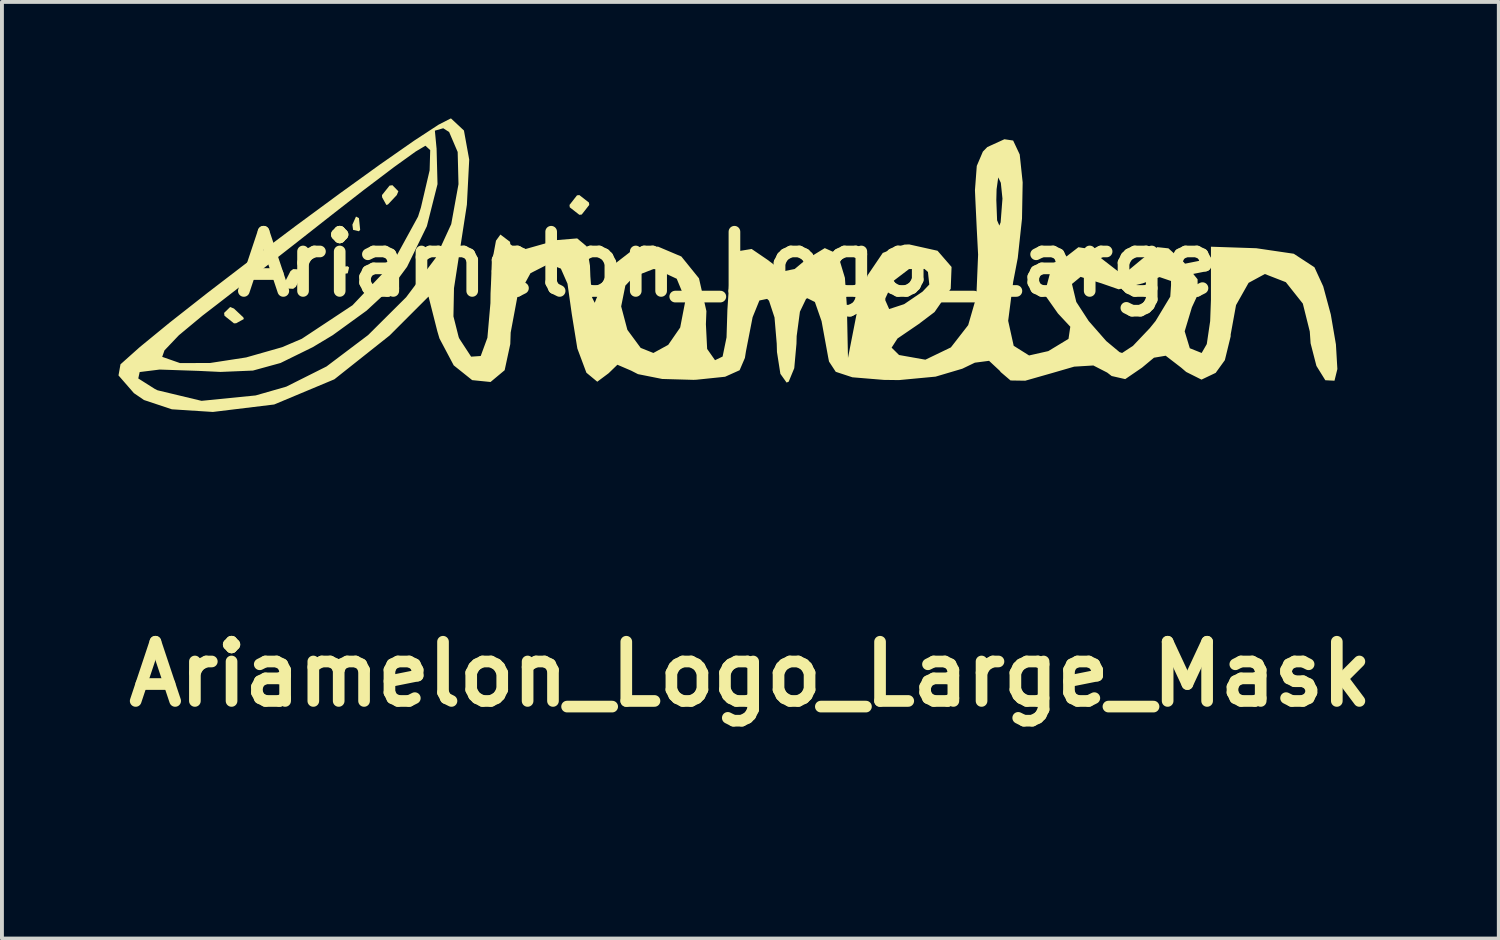
<source format=kicad_pcb>
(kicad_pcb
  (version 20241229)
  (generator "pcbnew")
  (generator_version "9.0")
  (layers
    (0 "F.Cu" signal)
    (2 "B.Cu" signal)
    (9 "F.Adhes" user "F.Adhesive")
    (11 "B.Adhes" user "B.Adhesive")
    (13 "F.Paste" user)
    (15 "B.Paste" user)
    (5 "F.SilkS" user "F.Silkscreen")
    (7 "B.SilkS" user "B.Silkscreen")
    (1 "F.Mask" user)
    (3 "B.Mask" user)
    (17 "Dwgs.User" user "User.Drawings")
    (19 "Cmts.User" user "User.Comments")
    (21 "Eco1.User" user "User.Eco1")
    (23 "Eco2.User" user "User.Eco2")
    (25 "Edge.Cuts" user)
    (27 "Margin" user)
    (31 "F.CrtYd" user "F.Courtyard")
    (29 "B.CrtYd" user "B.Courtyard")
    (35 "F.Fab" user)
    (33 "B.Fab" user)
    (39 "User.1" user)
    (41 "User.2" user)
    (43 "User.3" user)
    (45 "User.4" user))
  (footprint "Ariamelon_Logo_Large"
    (layer "F.Cu")
    (at 15.672 3.749)
    (property "Reference" "Ariamelon_Logo_Large" (at 0 0 0) (layer "F.SilkS") (effects (font (size 1.524 1.524) (thickness 0.3))))
    (attr board_only exclude_from_pos_files exclude_from_bom)
    (fp_poly (pts (xy -9.737 0.085) (xy -9.772 0.236) (xy -9.906 0.254) (xy -10.115 0.161) (xy -10.075 0.085) (xy -9.774 0.054)) (stroke (width 0) (type solid)) (fill yes) (layer "F.SilkS"))
    (fp_poly (pts (xy -9.483 -1.185) (xy -9.452 -0.884) (xy -9.483 -0.847) (xy -9.634 -0.882) (xy -9.652 -1.016) (xy -9.559 -1.225)) (stroke (width 0) (type solid)) (fill yes) (layer "F.SilkS"))
    (fp_poly (pts (xy -12.7 1.143) (xy -12.458 1.371) (xy -12.446 1.412) (xy -12.643 1.521) (xy -12.7 1.524) (xy -12.944 1.329) (xy -12.954 1.255) (xy -12.798 1.103)) (stroke (width 0) (type solid)) (fill yes) (layer "F.SilkS"))
    (fp_poly (pts (xy -10.942 0.139) (xy -10.922 0.224) (xy -11.107 0.583) (xy -11.176 0.635) (xy -11.41 0.623) (xy -11.43 0.538) (xy -11.245 0.179) (xy -11.176 0.127)) (stroke (width 0) (type solid)) (fill yes) (layer "F.SilkS"))
    (fp_poly (pts (xy -8.469 -1.876) (xy -8.509 -1.778) (xy -8.737 -1.536) (xy -8.778 -1.524) (xy -8.887 -1.721) (xy -8.89 -1.778) (xy -8.695 -2.022) (xy -8.621 -2.032)) (stroke (width 0) (type solid)) (fill yes) (layer "F.SilkS"))
    (fp_poly (pts (xy -3.563 -1.585) (xy -3.556 -1.524) (xy -3.749 -1.277) (xy -3.81 -1.27) (xy -4.057 -1.463) (xy -4.064 -1.524) (xy -3.871 -1.771) (xy -3.81 -1.778)) (stroke (width 0) (type solid)) (fill yes) (layer "F.SilkS"))
    (fp_poly (pts (xy -7.112 -3.749) (xy -6.781 -3.44) (xy -6.645 -2.691) (xy -6.705 -1.531) (xy -6.873 -0.444) (xy -7.037 0.619) (xy -7.051 1.344) (xy -6.916 1.879) (xy -6.898 1.919) (xy -6.596 2.381) (xy -6.349 2.364) (xy -6.177 1.895) (xy -6.099 1.002) (xy -6.096 0.747) (xy -6.057 -0.059) (xy -5.956 -0.604) (xy -5.842 -0.762) (xy -5.595 -0.575) (xy -5.588 -0.516) (xy -5.402 -0.349) (xy -5.271 -0.368) (xy -4.381 -0.62) (xy -3.866 -0.663) (xy -3.62 -0.457) (xy -3.537 0.039) (xy -3.527 0.313) (xy -3.486 0.85) (xy -3.415 0.995) (xy -3.373 0.889) (xy -2.993 0.065) (xy -2.427 -0.373) (xy -1.787 -0.452) (xy -1.185 -0.197) (xy -0.731 0.365) (xy -0.54 1.208) (xy -0.553 1.546) (xy -0.521 2.182) (xy -0.318 2.472) (xy -0.123 2.378) (xy -0.022 1.885) (xy 0 1.179) (xy 0.065 0.186) (xy 0.268 -0.332) (xy 0.624 -0.391) (xy 1.032 -0.113) (xy 1.427 0.186) (xy 1.732 0.125) (xy 2.016 -0.113) (xy 2.507 -0.413) (xy 2.839 -0.264) (xy 3.025 0.352) (xy 3.076 1.094) (xy 3.104 2.413) (xy 3.321 1.306) (xy 3.427 0.929) (xy 4.064 0.929) (xy 4.164 1.156) (xy 4.539 1.033) (xy 4.558 1.024) (xy 5.021 0.709) (xy 5.197 0.524) (xy 5.162 0.201) (xy 5.073 0.123) (xy 4.676 0.126) (xy 4.274 0.432) (xy 4.066 0.88) (xy 4.064 0.929) (xy 3.427 0.929) (xy 3.606 0.291) (xy 3.999 -0.289) (xy 4.554 -0.503) (xy 4.679 -0.508) (xy 5.409 -0.345) (xy 5.77 0.072) (xy 5.748 0.634) (xy 5.332 1.233) (xy 4.925 1.541) (xy 4.378 1.914) (xy 4.227 2.149) (xy 4.415 2.335) (xy 4.422 2.339) (xy 5.096 2.459) (xy 5.752 2.143) (xy 6.198 1.569) (xy 6.408 0.842) (xy 6.453 -0.245) (xy 6.419 -0.896) (xy 6.383 -1.651) (xy 6.922 -1.651) (xy 6.942 -1.128) (xy 7 -0.993) (xy 7.033 -1.077) (xy 7.08 -1.687) (xy 7.038 -2.093) (xy 6.971 -2.233) (xy 6.929 -1.928) (xy 6.922 -1.651) (xy 6.383 -1.651) (xy 6.372 -1.903) (xy 6.419 -2.529) (xy 6.576 -2.897) (xy 6.69 -3.014) (xy 7.13 -3.215) (xy 7.355 -3.182) (xy 7.524 -2.823) (xy 7.6 -2.105) (xy 7.583 -1.17) (xy 7.474 -0.16) (xy 7.356 0.455) (xy 7.227 1.458) (xy 7.369 2.101) (xy 7.765 2.35) (xy 8.26 2.238) (xy 8.78 1.923) (xy 8.826 1.61) (xy 8.509 1.27) (xy 8.16 0.775) (xy 8.23 0.51) (xy 8.869 0.51) (xy 8.98 0.972) (xy 9.299 1.463) (xy 9.751 1.979) (xy 10.095 2.265) (xy 10.16 2.286) (xy 10.439 2.103) (xy 10.872 1.647) (xy 11.021 1.463) (xy 11.399 0.836) (xy 11.426 0.436) (xy 11.125 0.333) (xy 10.695 0.493) (xy 10.071 0.648) (xy 9.625 0.493) (xy 9.091 0.327) (xy 8.869 0.51) (xy 8.23 0.51) (xy 8.301 0.243) (xy 8.636 -0.127) (xy 9.035 -0.436) (xy 9.337 -0.389) (xy 9.652 -0.127) (xy 10.049 0.18) (xy 10.35 0.136) (xy 10.677 -0.135) (xy 11.064 -0.438) (xy 11.352 -0.407) (xy 11.741 -0.056) (xy 12.102 0.389) (xy 12.107 0.786) (xy 11.956 1.11) (xy 11.77 1.728) (xy 11.902 2.164) (xy 12.207 2.286) (xy 12.339 2.057) (xy 12.426 1.466) (xy 12.446 0.918) (xy 12.446 -0.449) (xy 13.613 -0.41) (xy 14.578 -0.268) (xy 15.11 0.08) (xy 15.336 0.572) (xy 15.531 1.295) (xy 15.663 2.066) (xy 15.7 2.7) (xy 15.626 3) (xy 15.39 2.988) (xy 15.161 2.619) (xy 15.011 2.038) (xy 14.99 1.733) (xy 14.811 1.015) (xy 14.374 0.464) (xy 13.834 0.254) (xy 13.415 0.481) (xy 13.092 1.054) (xy 12.954 1.811) (xy 12.954 1.857) (xy 12.804 2.471) (xy 12.568 2.798) (xy 12.203 2.972) (xy 11.808 2.774) (xy 11.679 2.663) (xy 11.281 2.357) (xy 10.979 2.408) (xy 10.673 2.663) (xy 10.24 2.959) (xy 9.89 2.879) (xy 9.776 2.791) (xy 9.419 2.608) (xy 8.926 2.638) (xy 8.344 2.807) (xy 7.667 3) (xy 7.288 2.994) (xy 7.035 2.778) (xy 7.011 2.745) (xy 6.735 2.488) (xy 6.369 2.536) (xy 6.047 2.691) (xy 5.359 2.895) (xy 4.417 2.984) (xy 4.026 2.979) (xy 3.217 2.912) (xy 2.789 2.771) (xy 2.616 2.507) (xy 2.597 2.412) (xy 2.424 1.467) (xy 2.252 0.974) (xy 2.058 0.877) (xy 2.025 0.894) (xy 1.867 1.223) (xy 1.783 1.853) (xy 1.778 2.047) (xy 1.721 2.678) (xy 1.578 3.025) (xy 1.524 3.048) (xy 1.364 2.823) (xy 1.276 2.261) (xy 1.27 2.047) (xy 1.213 1.372) (xy 1.071 0.941) (xy 1.023 0.894) (xy 0.824 0.935) (xy 0.649 1.366) (xy 0.478 2.242) (xy 0.451 2.413) (xy 0.315 2.73) (xy -0.059 2.898) (xy -0.8 2.975) (xy -0.874 2.978) (xy -1.678 2.955) (xy -2.301 2.831) (xy -2.477 2.741) (xy -2.831 2.589) (xy -3.057 2.808) (xy -3.349 3.026) (xy -3.629 2.794) (xy -3.862 2.17) (xy -4.005 1.285) (xy -4.033 1.087) (xy -2.734 1.087) (xy -2.574 1.691) (xy -2.232 2.155) (xy -1.905 2.286) (xy -1.523 2.077) (xy -1.215 1.631) (xy -1.078 0.922) (xy -1.304 0.376) (xy -1.83 0.13) (xy -1.905 0.127) (xy -2.411 0.324) (xy -2.626 0.552) (xy -2.734 1.087) (xy -4.033 1.087) (xy -4.115 0.504) (xy -4.286 0.115) (xy -4.574 0.001) (xy -4.611 0) (xy -5.068 0.233) (xy -5.409 0.858) (xy -5.578 1.761) (xy -5.588 2.057) (xy -5.733 2.73) (xy -6.096 3.033) (xy -6.569 2.985) (xy -7.044 2.605) (xy -7.411 1.912) (xy -7.466 1.726) (xy -7.692 0.834) (xy -8.694 1.836) (xy -10.116 2.964) (xy -11.665 3.612) (xy -13.243 3.804) (xy -14.298 3.736) (xy -15.016 3.497) (xy -15.275 3.32) (xy -15.604 2.942) (xy -15.163 2.942) (xy -14.733 3.214) (xy -14.668 3.246) (xy -13.535 3.518) (xy -12.142 3.379) (xy -11.354 3.153) (xy -10.319 2.634) (xy -9.247 1.825) (xy -8.268 0.851) (xy -7.507 -0.162) (xy -7.108 -1.03) (xy -6.921 -2.059) (xy -6.942 -2.887) (xy -7.162 -3.401) (xy -7.314 -3.498) (xy -7.529 -3.436) (xy -7.486 -2.983) (xy -7.485 -2.98) (xy -7.461 -2.059) (xy -7.735 -0.977) (xy -8.245 0.069) (xy -8.629 0.588) (xy -9.286 1.196) (xy -10.158 1.828) (xy -10.673 2.137) (xy -11.502 2.544) (xy -12.211 2.739) (xy -13.046 2.774) (xy -13.612 2.747) (xy -14.613 2.713) (xy -15.127 2.777) (xy -15.163 2.942) (xy -15.604 2.942) (xy -15.672 2.864) (xy -15.621 2.578) (xy -15.406 2.386) (xy -14.547 2.386) (xy -14.089 2.546) (xy -13.316 2.544) (xy -12.387 2.401) (xy -11.46 2.137) (xy -10.954 1.921) (xy -9.649 1.058) (xy -8.616 -0.03) (xy -7.962 -1.224) (xy -7.889 -1.454) (xy -7.664 -2.415) (xy -7.649 -2.935) (xy -7.772 -3.048) (xy -8.021 -2.9) (xy -8.579 -2.499) (xy -9.359 -1.909) (xy -10.121 -1.316) (xy -11.17 -0.492) (xy -12.214 0.323) (xy -13.103 1.012) (xy -13.51 1.325) (xy -14.118 1.83) (xy -14.489 2.22) (xy -14.547 2.386) (xy -15.406 2.386) (xy -15.126 2.136) (xy -14.355 1.504) (xy -13.38 0.738) (xy -12.276 -0.108) (xy -11.119 -0.978) (xy -9.981 -1.816) (xy -8.939 -2.567) (xy -8.065 -3.177) (xy -7.435 -3.589) (xy -7.123 -3.749)) (stroke (width 0) (type solid)) (fill yes) (layer "F.SilkS")))
  (footprint "Ariamelon_Logo_Large_Mask"
    (layer "F.Cu")
    (at 16.263 14.302)
    (property "Reference" "Ariamelon_Logo_Large_Mask" (at 0 0 0) (layer "F.SilkS") (effects (font (size 1.524 1.524) (thickness 0.3))))
    (attr board_only exclude_from_pos_files exclude_from_bom)
    (fp_poly (pts (xy -9.737 0.085) (xy -9.772 0.236) (xy -9.906 0.254) (xy -10.115 0.161) (xy -10.075 0.085) (xy -9.774 0.054)) (stroke (width 0) (type solid)) (fill yes) (layer "F.Mask"))
    (fp_poly (pts (xy -9.483 -1.185) (xy -9.452 -0.884) (xy -9.483 -0.847) (xy -9.634 -0.882) (xy -9.652 -1.016) (xy -9.559 -1.225)) (stroke (width 0) (type solid)) (fill yes) (layer "F.Mask"))
    (fp_poly (pts (xy -12.7 1.143) (xy -12.458 1.371) (xy -12.446 1.412) (xy -12.643 1.521) (xy -12.7 1.524) (xy -12.944 1.329) (xy -12.954 1.255) (xy -12.798 1.103)) (stroke (width 0) (type solid)) (fill yes) (layer "F.Mask"))
    (fp_poly (pts (xy -10.942 0.139) (xy -10.922 0.224) (xy -11.107 0.583) (xy -11.176 0.635) (xy -11.41 0.623) (xy -11.43 0.538) (xy -11.245 0.179) (xy -11.176 0.127)) (stroke (width 0) (type solid)) (fill yes) (layer "F.Mask"))
    (fp_poly (pts (xy -8.469 -1.876) (xy -8.509 -1.778) (xy -8.737 -1.536) (xy -8.778 -1.524) (xy -8.887 -1.721) (xy -8.89 -1.778) (xy -8.695 -2.022) (xy -8.621 -2.032)) (stroke (width 0) (type solid)) (fill yes) (layer "F.Mask"))
    (fp_poly (pts (xy -3.563 -1.585) (xy -3.556 -1.524) (xy -3.749 -1.277) (xy -3.81 -1.27) (xy -4.057 -1.463) (xy -4.064 -1.524) (xy -3.871 -1.771) (xy -3.81 -1.778)) (stroke (width 0) (type solid)) (fill yes) (layer "F.Mask"))
    (fp_poly (pts (xy -7.112 -3.749) (xy -6.781 -3.44) (xy -6.645 -2.691) (xy -6.705 -1.531) (xy -6.873 -0.444) (xy -7.037 0.619) (xy -7.051 1.344) (xy -6.916 1.879) (xy -6.898 1.919) (xy -6.596 2.381) (xy -6.349 2.364) (xy -6.177 1.895) (xy -6.099 1.002) (xy -6.096 0.747) (xy -6.057 -0.059) (xy -5.956 -0.604) (xy -5.842 -0.762) (xy -5.595 -0.575) (xy -5.588 -0.516) (xy -5.402 -0.349) (xy -5.271 -0.368) (xy -4.381 -0.62) (xy -3.866 -0.663) (xy -3.62 -0.457) (xy -3.537 0.039) (xy -3.527 0.313) (xy -3.486 0.85) (xy -3.415 0.995) (xy -3.373 0.889) (xy -2.993 0.065) (xy -2.427 -0.373) (xy -1.787 -0.452) (xy -1.185 -0.197) (xy -0.731 0.365) (xy -0.54 1.208) (xy -0.553 1.546) (xy -0.521 2.182) (xy -0.318 2.472) (xy -0.123 2.378) (xy -0.022 1.885) (xy 0 1.179) (xy 0.065 0.186) (xy 0.268 -0.332) (xy 0.624 -0.391) (xy 1.032 -0.113) (xy 1.427 0.186) (xy 1.732 0.125) (xy 2.016 -0.113) (xy 2.507 -0.413) (xy 2.839 -0.264) (xy 3.025 0.352) (xy 3.076 1.094) (xy 3.104 2.413) (xy 3.321 1.306) (xy 3.427 0.929) (xy 4.064 0.929) (xy 4.164 1.156) (xy 4.539 1.033) (xy 4.558 1.024) (xy 5.021 0.709) (xy 5.197 0.524) (xy 5.162 0.201) (xy 5.073 0.123) (xy 4.676 0.126) (xy 4.274 0.432) (xy 4.066 0.88) (xy 4.064 0.929) (xy 3.427 0.929) (xy 3.606 0.291) (xy 3.999 -0.289) (xy 4.554 -0.503) (xy 4.679 -0.508) (xy 5.409 -0.345) (xy 5.77 0.072) (xy 5.748 0.634) (xy 5.332 1.233) (xy 4.925 1.541) (xy 4.378 1.914) (xy 4.227 2.149) (xy 4.415 2.335) (xy 4.422 2.339) (xy 5.096 2.459) (xy 5.752 2.143) (xy 6.198 1.569) (xy 6.408 0.842) (xy 6.453 -0.245) (xy 6.419 -0.896) (xy 6.383 -1.651) (xy 6.922 -1.651) (xy 6.942 -1.128) (xy 7 -0.993) (xy 7.033 -1.077) (xy 7.08 -1.687) (xy 7.038 -2.093) (xy 6.971 -2.233) (xy 6.929 -1.928) (xy 6.922 -1.651) (xy 6.383 -1.651) (xy 6.372 -1.903) (xy 6.419 -2.529) (xy 6.576 -2.897) (xy 6.69 -3.014) (xy 7.13 -3.215) (xy 7.355 -3.182) (xy 7.524 -2.823) (xy 7.6 -2.105) (xy 7.583 -1.17) (xy 7.474 -0.16) (xy 7.356 0.455) (xy 7.227 1.458) (xy 7.369 2.101) (xy 7.765 2.35) (xy 8.26 2.238) (xy 8.78 1.923) (xy 8.826 1.61) (xy 8.509 1.27) (xy 8.16 0.775) (xy 8.23 0.51) (xy 8.869 0.51) (xy 8.98 0.972) (xy 9.299 1.463) (xy 9.751 1.979) (xy 10.095 2.265) (xy 10.16 2.286) (xy 10.439 2.103) (xy 10.872 1.647) (xy 11.021 1.463) (xy 11.399 0.836) (xy 11.426 0.436) (xy 11.125 0.333) (xy 10.695 0.493) (xy 10.071 0.648) (xy 9.625 0.493) (xy 9.091 0.327) (xy 8.869 0.51) (xy 8.23 0.51) (xy 8.301 0.243) (xy 8.636 -0.127) (xy 9.035 -0.436) (xy 9.337 -0.389) (xy 9.652 -0.127) (xy 10.049 0.18) (xy 10.35 0.136) (xy 10.677 -0.135) (xy 11.064 -0.438) (xy 11.352 -0.407) (xy 11.741 -0.056) (xy 12.102 0.389) (xy 12.107 0.786) (xy 11.956 1.11) (xy 11.77 1.728) (xy 11.902 2.164) (xy 12.207 2.286) (xy 12.339 2.057) (xy 12.426 1.466) (xy 12.446 0.918) (xy 12.446 -0.449) (xy 13.613 -0.41) (xy 14.578 -0.268) (xy 15.11 0.08) (xy 15.336 0.572) (xy 15.531 1.295) (xy 15.663 2.066) (xy 15.7 2.7) (xy 15.626 3) (xy 15.39 2.988) (xy 15.161 2.619) (xy 15.011 2.038) (xy 14.99 1.733) (xy 14.811 1.015) (xy 14.374 0.464) (xy 13.834 0.254) (xy 13.415 0.481) (xy 13.092 1.054) (xy 12.954 1.811) (xy 12.954 1.857) (xy 12.804 2.471) (xy 12.568 2.798) (xy 12.203 2.972) (xy 11.808 2.774) (xy 11.679 2.663) (xy 11.281 2.357) (xy 10.979 2.408) (xy 10.673 2.663) (xy 10.24 2.959) (xy 9.89 2.879) (xy 9.776 2.791) (xy 9.419 2.608) (xy 8.926 2.638) (xy 8.344 2.807) (xy 7.667 3) (xy 7.288 2.994) (xy 7.035 2.778) (xy 7.011 2.745) (xy 6.735 2.488) (xy 6.369 2.536) (xy 6.047 2.691) (xy 5.359 2.895) (xy 4.417 2.984) (xy 4.026 2.979) (xy 3.217 2.912) (xy 2.789 2.771) (xy 2.616 2.507) (xy 2.597 2.412) (xy 2.424 1.467) (xy 2.252 0.974) (xy 2.058 0.877) (xy 2.025 0.894) (xy 1.867 1.223) (xy 1.783 1.853) (xy 1.778 2.047) (xy 1.721 2.678) (xy 1.578 3.025) (xy 1.524 3.048) (xy 1.364 2.823) (xy 1.276 2.261) (xy 1.27 2.047) (xy 1.213 1.372) (xy 1.071 0.941) (xy 1.023 0.894) (xy 0.824 0.935) (xy 0.649 1.366) (xy 0.478 2.242) (xy 0.451 2.413) (xy 0.315 2.73) (xy -0.059 2.898) (xy -0.8 2.975) (xy -0.874 2.978) (xy -1.678 2.955) (xy -2.301 2.831) (xy -2.477 2.741) (xy -2.831 2.589) (xy -3.057 2.808) (xy -3.349 3.026) (xy -3.629 2.794) (xy -3.862 2.17) (xy -4.005 1.285) (xy -4.033 1.087) (xy -2.734 1.087) (xy -2.574 1.691) (xy -2.232 2.155) (xy -1.905 2.286) (xy -1.523 2.077) (xy -1.215 1.631) (xy -1.078 0.922) (xy -1.304 0.376) (xy -1.83 0.13) (xy -1.905 0.127) (xy -2.411 0.324) (xy -2.626 0.552) (xy -2.734 1.087) (xy -4.033 1.087) (xy -4.115 0.504) (xy -4.286 0.115) (xy -4.574 0.001) (xy -4.611 0) (xy -5.068 0.233) (xy -5.409 0.858) (xy -5.578 1.761) (xy -5.588 2.057) (xy -5.733 2.73) (xy -6.096 3.033) (xy -6.569 2.985) (xy -7.044 2.605) (xy -7.411 1.912) (xy -7.466 1.726) (xy -7.692 0.834) (xy -8.694 1.836) (xy -10.116 2.964) (xy -11.665 3.612) (xy -13.243 3.804) (xy -14.298 3.736) (xy -15.016 3.497) (xy -15.275 3.32) (xy -15.604 2.942) (xy -15.163 2.942) (xy -14.733 3.214) (xy -14.668 3.246) (xy -13.535 3.518) (xy -12.142 3.379) (xy -11.354 3.153) (xy -10.319 2.634) (xy -9.247 1.825) (xy -8.268 0.851) (xy -7.507 -0.162) (xy -7.108 -1.03) (xy -6.921 -2.059) (xy -6.942 -2.887) (xy -7.162 -3.401) (xy -7.314 -3.498) (xy -7.529 -3.436) (xy -7.486 -2.983) (xy -7.485 -2.98) (xy -7.461 -2.059) (xy -7.735 -0.977) (xy -8.245 0.069) (xy -8.629 0.588) (xy -9.286 1.196) (xy -10.158 1.828) (xy -10.673 2.137) (xy -11.502 2.544) (xy -12.211 2.739) (xy -13.046 2.774) (xy -13.612 2.747) (xy -14.613 2.713) (xy -15.127 2.777) (xy -15.163 2.942) (xy -15.604 2.942) (xy -15.672 2.864) (xy -15.621 2.578) (xy -15.406 2.386) (xy -14.547 2.386) (xy -14.089 2.546) (xy -13.316 2.544) (xy -12.387 2.401) (xy -11.46 2.137) (xy -10.954 1.921) (xy -9.649 1.058) (xy -8.616 -0.03) (xy -7.962 -1.224) (xy -7.889 -1.454) (xy -7.664 -2.415) (xy -7.649 -2.935) (xy -7.772 -3.048) (xy -8.021 -2.9) (xy -8.579 -2.499) (xy -9.359 -1.909) (xy -10.121 -1.316) (xy -11.17 -0.492) (xy -12.214 0.323) (xy -13.103 1.012) (xy -13.51 1.325) (xy -14.118 1.83) (xy -14.489 2.22) (xy -14.547 2.386) (xy -15.406 2.386) (xy -15.126 2.136) (xy -14.355 1.504) (xy -13.38 0.738) (xy -12.276 -0.108) (xy -11.119 -0.978) (xy -9.981 -1.816) (xy -8.939 -2.567) (xy -8.065 -3.177) (xy -7.435 -3.589) (xy -7.123 -3.749)) (stroke (width 0) (type solid)) (fill yes) (layer "F.Mask")))
  (gr_rect
    (start -3 -3)
    (end 35.527 21.106)
    (stroke (width 0.1) (type default))
    (fill no)
    (layer "Edge.Cuts")))
</source>
